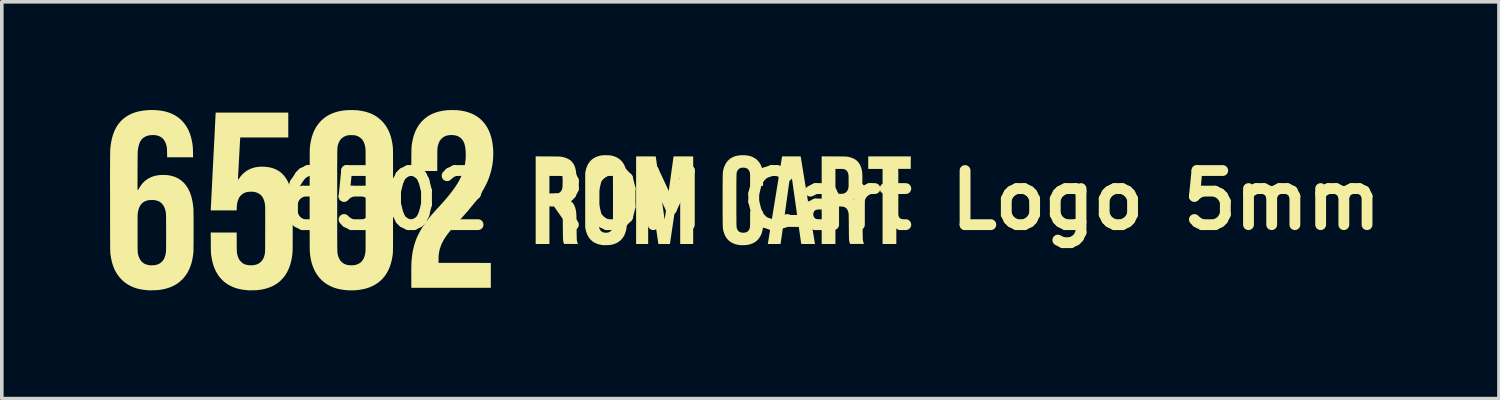
<source format=kicad_pcb>
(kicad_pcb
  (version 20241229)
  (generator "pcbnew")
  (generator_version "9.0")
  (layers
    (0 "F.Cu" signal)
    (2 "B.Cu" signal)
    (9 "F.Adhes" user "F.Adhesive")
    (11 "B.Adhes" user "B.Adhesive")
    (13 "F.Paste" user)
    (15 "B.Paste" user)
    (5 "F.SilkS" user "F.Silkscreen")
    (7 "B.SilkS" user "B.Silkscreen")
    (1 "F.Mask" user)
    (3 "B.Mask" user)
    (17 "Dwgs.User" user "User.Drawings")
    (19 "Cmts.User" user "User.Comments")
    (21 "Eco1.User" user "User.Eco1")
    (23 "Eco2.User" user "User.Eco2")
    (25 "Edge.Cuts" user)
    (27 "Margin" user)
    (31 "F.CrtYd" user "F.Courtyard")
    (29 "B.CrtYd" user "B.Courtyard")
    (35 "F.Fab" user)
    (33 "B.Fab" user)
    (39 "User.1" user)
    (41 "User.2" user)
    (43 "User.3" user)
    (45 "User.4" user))
  (footprint "6502 ROM Cart Logo 5mm"
    (layer "F.Cu")
    (at 19.987 2.499)
    (property "Reference" "6502 ROM Cart Logo 5mm" (at 0 0 0) (layer "F.SilkS") (effects (font (size 1.5 1.5) (thickness 0.3))))
    (attr board_only exclude_from_pos_files exclude_from_bom)
    (fp_poly (pts (xy 2.209 -1.042) (xy 2.208 -0.869) (xy 2.008 -0.868) (xy 1.809 -0.867) (xy 1.809 0.173) (xy 1.809 1.214) (xy 1.618 1.214) (xy 1.428 1.214) (xy 1.428 0.173) (xy 1.428 -0.867) (xy 1.229 -0.867) (xy 1.03 -0.867) (xy 1.03 -1.041) (xy 1.03 -1.214) (xy 1.62 -1.214) (xy 2.211 -1.214)) (stroke (width 0) (type solid)) (fill yes) (layer "F.SilkS"))
    (fp_poly (pts (xy -5.08 -1.214) (xy -5.032 -1.214) (xy -4.989 -1.214) (xy -4.951 -1.213) (xy -4.919 -1.213) (xy -4.893 -1.212) (xy -4.874 -1.212) (xy -4.863 -1.211) (xy -4.859 -1.21) (xy -4.858 -1.205) (xy -4.856 -1.193) (xy -4.854 -1.172) (xy -4.85 -1.145) (xy -4.845 -1.112) (xy -4.84 -1.072) (xy -4.834 -1.027) (xy -4.827 -0.977) (xy -4.819 -0.922) (xy -4.811 -0.864) (xy -4.802 -0.802) (xy -4.793 -0.736) (xy -4.784 -0.669) (xy -4.774 -0.599) (xy -4.764 -0.527) (xy -4.754 -0.454) (xy -4.743 -0.38) (xy -4.733 -0.307) (xy -4.723 -0.233) (xy -4.712 -0.16) (xy -4.702 -0.088) (xy -4.693 -0.018) (xy -4.683 0.05) (xy -4.674 0.115) (xy -4.665 0.177) (xy -4.657 0.236) (xy -4.649 0.29) (xy -4.642 0.34) (xy -4.635 0.385) (xy -4.63 0.425) (xy -4.625 0.459) (xy -4.621 0.486) (xy -4.618 0.506) (xy -4.616 0.519) (xy -4.615 0.524) (xy -4.615 0.524) (xy -4.611 0.524) (xy -4.611 0.524) (xy -4.61 0.519) (xy -4.608 0.507) (xy -4.605 0.487) (xy -4.601 0.46) (xy -4.596 0.426) (xy -4.591 0.385) (xy -4.584 0.339) (xy -4.576 0.287) (xy -4.568 0.23) (xy -4.56 0.167) (xy -4.55 0.101) (xy -4.54 0.03) (xy -4.53 -0.044) (xy -4.519 -0.122) (xy -4.507 -0.203) (xy -4.496 -0.286) (xy -4.487 -0.347) (xy -4.366 -1.214) (xy -4.094 -1.214) (xy -3.822 -1.214) (xy -3.822 0) (xy -3.822 1.214) (xy -4.002 1.214) (xy -4.182 1.214) (xy -4.182 0.294) (xy -4.182 0.198) (xy -4.182 0.106) (xy -4.182 0.017) (xy -4.182 -0.067) (xy -4.182 -0.146) (xy -4.182 -0.22) (xy -4.183 -0.29) (xy -4.183 -0.353) (xy -4.183 -0.411) (xy -4.183 -0.462) (xy -4.184 -0.508) (xy -4.184 -0.546) (xy -4.184 -0.577) (xy -4.185 -0.601) (xy -4.185 -0.617) (xy -4.185 -0.625) (xy -4.186 -0.626) (xy -4.186 -0.626) (xy -4.187 -0.627) (xy -4.187 -0.627) (xy -4.187 -0.627) (xy -4.188 -0.626) (xy -4.189 -0.623) (xy -4.19 -0.62) (xy -4.191 -0.614) (xy -4.192 -0.607) (xy -4.194 -0.597) (xy -4.196 -0.585) (xy -4.198 -0.569) (xy -4.201 -0.55) (xy -4.205 -0.528) (xy -4.209 -0.501) (xy -4.214 -0.47) (xy -4.219 -0.435) (xy -4.225 -0.394) (xy -4.232 -0.348) (xy -4.24 -0.297) (xy -4.249 -0.24) (xy -4.258 -0.177) (xy -4.269 -0.107) (xy -4.28 -0.03) (xy -4.293 0.054) (xy -4.307 0.146) (xy -4.322 0.245) (xy -4.333 0.318) (xy -4.467 1.214) (xy -4.627 1.214) (xy -4.786 1.214) (xy -4.789 1.198) (xy -4.79 1.192) (xy -4.792 1.179) (xy -4.795 1.157) (xy -4.799 1.129) (xy -4.804 1.095) (xy -4.81 1.054) (xy -4.817 1.009) (xy -4.825 0.958) (xy -4.833 0.903) (xy -4.842 0.843) (xy -4.852 0.781) (xy -4.862 0.715) (xy -4.872 0.647) (xy -4.882 0.577) (xy -4.893 0.505) (xy -4.904 0.432) (xy -4.915 0.359) (xy -4.926 0.286) (xy -4.937 0.213) (xy -4.948 0.141) (xy -4.959 0.07) (xy -4.969 0.002) (xy -4.979 -0.065) (xy -4.989 -0.128) (xy -4.998 -0.188) (xy -5.006 -0.244) (xy -5.014 -0.296) (xy -5.021 -0.343) (xy -5.027 -0.385) (xy -5.033 -0.42) (xy -5.037 -0.45) (xy -5.039 -0.466) (xy -5.045 -0.502) (xy -5.05 -0.535) (xy -5.055 -0.564) (xy -5.059 -0.589) (xy -5.063 -0.608) (xy -5.065 -0.621) (xy -5.067 -0.626) (xy -5.067 -0.626) (xy -5.067 -0.622) (xy -5.067 -0.61) (xy -5.068 -0.59) (xy -5.068 -0.563) (xy -5.068 -0.528) (xy -5.069 -0.488) (xy -5.069 -0.441) (xy -5.069 -0.388) (xy -5.069 -0.33) (xy -5.07 -0.267) (xy -5.07 -0.199) (xy -5.07 -0.128) (xy -5.07 -0.052) (xy -5.07 0.027) (xy -5.07 0.11) (xy -5.07 0.195) (xy -5.07 0.282) (xy -5.07 0.294) (xy -5.07 1.214) (xy -5.237 1.214) (xy -5.404 1.214) (xy -5.404 0) (xy -5.404 -1.214) (xy -5.132 -1.214)) (stroke (width 0) (type solid)) (fill yes) (layer "F.SilkS"))
    (fp_poly (pts (xy -0.646 -0.01) (xy -0.629 0.09) (xy -0.614 0.188) (xy -0.598 0.283) (xy -0.583 0.376) (xy -0.568 0.465) (xy -0.554 0.551) (xy -0.541 0.633) (xy -0.528 0.711) (xy -0.516 0.785) (xy -0.505 0.853) (xy -0.495 0.917) (xy -0.485 0.975) (xy -0.477 1.028) (xy -0.469 1.074) (xy -0.463 1.114) (xy -0.457 1.147) (xy -0.453 1.173) (xy -0.45 1.191) (xy -0.448 1.202) (xy -0.448 1.205) (xy -0.445 1.214) (xy -0.636 1.214) (xy -0.676 1.214) (xy -0.712 1.214) (xy -0.745 1.214) (xy -0.774 1.214) (xy -0.797 1.213) (xy -0.814 1.213) (xy -0.824 1.213) (xy -0.827 1.212) (xy -0.828 1.208) (xy -0.829 1.196) (xy -0.832 1.177) (xy -0.836 1.152) (xy -0.84 1.122) (xy -0.845 1.087) (xy -0.851 1.048) (xy -0.857 1.006) (xy -0.861 0.977) (xy -0.867 0.934) (xy -0.873 0.893) (xy -0.879 0.855) (xy -0.883 0.822) (xy -0.887 0.793) (xy -0.891 0.77) (xy -0.893 0.754) (xy -0.894 0.744) (xy -0.895 0.742) (xy -0.899 0.742) (xy -0.911 0.741) (xy -0.929 0.741) (xy -0.954 0.741) (xy -0.984 0.741) (xy -1.019 0.741) (xy -1.057 0.74) (xy -1.098 0.74) (xy -1.112 0.74) (xy -1.161 0.74) (xy -1.202 0.74) (xy -1.235 0.741) (xy -1.263 0.741) (xy -1.284 0.741) (xy -1.301 0.742) (xy -1.313 0.742) (xy -1.321 0.743) (xy -1.327 0.744) (xy -1.33 0.745) (xy -1.332 0.747) (xy -1.332 0.748) (xy -1.333 0.753) (xy -1.335 0.766) (xy -1.338 0.786) (xy -1.342 0.812) (xy -1.346 0.843) (xy -1.352 0.879) (xy -1.357 0.918) (xy -1.363 0.96) (xy -1.367 0.985) (xy -1.4 1.214) (xy -1.577 1.214) (xy -1.754 1.214) (xy -1.752 1.205) (xy -1.751 1.2) (xy -1.749 1.187) (xy -1.745 1.167) (xy -1.741 1.14) (xy -1.735 1.106) (xy -1.729 1.065) (xy -1.721 1.019) (xy -1.713 0.967) (xy -1.703 0.91) (xy -1.693 0.849) (xy -1.683 0.783) (xy -1.671 0.713) (xy -1.659 0.64) (xy -1.647 0.564) (xy -1.634 0.485) (xy -1.621 0.404) (xy -1.621 0.403) (xy -1.284 0.403) (xy -1.284 0.405) (xy -1.282 0.406) (xy -1.278 0.408) (xy -1.271 0.408) (xy -1.26 0.409) (xy -1.245 0.41) (xy -1.225 0.41) (xy -1.199 0.41) (xy -1.166 0.41) (xy -1.126 0.41) (xy -1.112 0.41) (xy -0.94 0.41) (xy -0.943 0.397) (xy -0.944 0.391) (xy -0.946 0.377) (xy -0.949 0.356) (xy -0.953 0.328) (xy -0.958 0.294) (xy -0.963 0.253) (xy -0.97 0.208) (xy -0.977 0.157) (xy -0.985 0.102) (xy -0.993 0.043) (xy -1.002 -0.02) (xy -1.011 -0.086) (xy -1.021 -0.154) (xy -1.028 -0.203) (xy -1.038 -0.272) (xy -1.047 -0.339) (xy -1.056 -0.404) (xy -1.065 -0.465) (xy -1.073 -0.522) (xy -1.081 -0.575) (xy -1.088 -0.623) (xy -1.094 -0.666) (xy -1.1 -0.704) (xy -1.104 -0.735) (xy -1.108 -0.76) (xy -1.111 -0.778) (xy -1.112 -0.788) (xy -1.113 -0.791) (xy -1.117 -0.79) (xy -1.117 -0.79) (xy -1.118 -0.786) (xy -1.12 -0.773) (xy -1.123 -0.754) (xy -1.127 -0.728) (xy -1.131 -0.696) (xy -1.137 -0.658) (xy -1.143 -0.616) (xy -1.15 -0.569) (xy -1.157 -0.518) (xy -1.164 -0.464) (xy -1.172 -0.408) (xy -1.18 -0.349) (xy -1.189 -0.289) (xy -1.197 -0.228) (xy -1.206 -0.167) (xy -1.214 -0.106) (xy -1.223 -0.046) (xy -1.231 0.013) (xy -1.239 0.07) (xy -1.246 0.124) (xy -1.253 0.175) (xy -1.26 0.223) (xy -1.266 0.266) (xy -1.271 0.304) (xy -1.276 0.337) (xy -1.279 0.364) (xy -1.282 0.384) (xy -1.283 0.398) (xy -1.284 0.403) (xy -1.621 0.403) (xy -1.607 0.322) (xy -1.594 0.238) (xy -1.58 0.152) (xy -1.566 0.067) (xy -1.552 -0.019) (xy -1.538 -0.105) (xy -1.524 -0.19) (xy -1.511 -0.274) (xy -1.497 -0.356) (xy -1.484 -0.437) (xy -1.471 -0.515) (xy -1.459 -0.591) (xy -1.447 -0.663) (xy -1.436 -0.732) (xy -1.425 -0.798) (xy -1.416 -0.858) (xy -1.406 -0.914) (xy -1.398 -0.965) (xy -1.391 -1.011) (xy -1.385 -1.05) (xy -1.379 -1.083) (xy -1.376 -1.103) (xy -1.358 -1.214) (xy -1.1 -1.214) (xy -0.842 -1.214)) (stroke (width 0) (type solid)) (fill yes) (layer "F.SilkS"))
    (fp_poly (pts (xy -7.851 -1.213) (xy -7.788 -1.213) (xy -7.734 -1.212) (xy -7.686 -1.212) (xy -7.645 -1.212) (xy -7.61 -1.211) (xy -7.581 -1.211) (xy -7.557 -1.21) (xy -7.536 -1.21) (xy -7.519 -1.209) (xy -7.506 -1.208) (xy -7.494 -1.207) (xy -7.485 -1.206) (xy -7.476 -1.205) (xy -7.473 -1.204) (xy -7.405 -1.189) (xy -7.344 -1.169) (xy -7.29 -1.145) (xy -7.243 -1.117) (xy -7.203 -1.085) (xy -7.179 -1.059) (xy -7.153 -1.025) (xy -7.13 -0.989) (xy -7.111 -0.949) (xy -7.095 -0.907) (xy -7.083 -0.86) (xy -7.073 -0.809) (xy -7.066 -0.752) (xy -7.061 -0.689) (xy -7.059 -0.62) (xy -7.06 -0.543) (xy -7.06 -0.527) (xy -7.062 -0.471) (xy -7.065 -0.423) (xy -7.069 -0.38) (xy -7.075 -0.343) (xy -7.082 -0.308) (xy -7.091 -0.276) (xy -7.102 -0.245) (xy -7.105 -0.236) (xy -7.13 -0.186) (xy -7.161 -0.141) (xy -7.197 -0.101) (xy -7.239 -0.067) (xy -7.285 -0.039) (xy -7.292 -0.036) (xy -7.304 -0.029) (xy -7.307 -0.024) (xy -7.303 -0.019) (xy -7.297 -0.016) (xy -7.248 0.006) (xy -7.207 0.032) (xy -7.172 0.064) (xy -7.142 0.1) (xy -7.118 0.143) (xy -7.098 0.192) (xy -7.089 0.22) (xy -7.084 0.239) (xy -7.079 0.256) (xy -7.075 0.274) (xy -7.072 0.291) (xy -7.069 0.31) (xy -7.066 0.331) (xy -7.064 0.353) (xy -7.062 0.379) (xy -7.061 0.408) (xy -7.059 0.441) (xy -7.058 0.479) (xy -7.057 0.523) (xy -7.056 0.573) (xy -7.056 0.629) (xy -7.055 0.693) (xy -7.054 0.747) (xy -7.054 0.81) (xy -7.053 0.866) (xy -7.053 0.915) (xy -7.052 0.957) (xy -7.051 0.992) (xy -7.051 1.022) (xy -7.05 1.047) (xy -7.049 1.067) (xy -7.049 1.084) (xy -7.048 1.097) (xy -7.047 1.108) (xy -7.046 1.116) (xy -7.044 1.123) (xy -7.044 1.124) (xy -7.036 1.156) (xy -7.025 1.189) (xy -7.018 1.207) (xy -7.018 1.209) (xy -7.019 1.21) (xy -7.022 1.211) (xy -7.028 1.212) (xy -7.037 1.213) (xy -7.051 1.213) (xy -7.069 1.213) (xy -7.093 1.214) (xy -7.123 1.214) (xy -7.16 1.213) (xy -7.205 1.213) (xy -7.209 1.213) (xy -7.403 1.212) (xy -7.411 1.187) (xy -7.414 1.175) (xy -7.418 1.164) (xy -7.42 1.154) (xy -7.423 1.144) (xy -7.425 1.133) (xy -7.427 1.121) (xy -7.428 1.106) (xy -7.429 1.09) (xy -7.43 1.07) (xy -7.431 1.046) (xy -7.432 1.018) (xy -7.433 0.985) (xy -7.433 0.946) (xy -7.434 0.901) (xy -7.434 0.849) (xy -7.435 0.79) (xy -7.435 0.751) (xy -7.436 0.686) (xy -7.436 0.629) (xy -7.437 0.579) (xy -7.437 0.536) (xy -7.438 0.5) (xy -7.439 0.468) (xy -7.439 0.442) (xy -7.44 0.421) (xy -7.441 0.403) (xy -7.442 0.389) (xy -7.443 0.377) (xy -7.444 0.367) (xy -7.445 0.359) (xy -7.445 0.359) (xy -7.455 0.316) (xy -7.467 0.281) (xy -7.482 0.252) (xy -7.501 0.229) (xy -7.525 0.21) (xy -7.554 0.195) (xy -7.579 0.185) (xy -7.589 0.182) (xy -7.599 0.18) (xy -7.611 0.178) (xy -7.625 0.177) (xy -7.644 0.176) (xy -7.669 0.175) (xy -7.7 0.175) (xy -7.707 0.174) (xy -7.807 0.173) (xy -7.807 0.693) (xy -7.807 1.214) (xy -7.998 1.214) (xy -8.188 1.214) (xy -8.188 -0.000211) (xy -8.188 -0.52) (xy -7.807 -0.52) (xy -7.807 -0.172) (xy -7.707 -0.175) (xy -7.672 -0.175) (xy -7.645 -0.176) (xy -7.624 -0.178) (xy -7.607 -0.179) (xy -7.595 -0.181) (xy -7.585 -0.183) (xy -7.583 -0.184) (xy -7.545 -0.199) (xy -7.514 -0.22) (xy -7.488 -0.246) (xy -7.468 -0.278) (xy -7.454 -0.316) (xy -7.449 -0.334) (xy -7.447 -0.349) (xy -7.445 -0.371) (xy -7.443 -0.399) (xy -7.442 -0.431) (xy -7.442 -0.466) (xy -7.441 -0.504) (xy -7.441 -0.543) (xy -7.442 -0.58) (xy -7.442 -0.616) (xy -7.443 -0.649) (xy -7.445 -0.678) (xy -7.447 -0.7) (xy -7.449 -0.716) (xy -7.449 -0.717) (xy -7.461 -0.757) (xy -7.477 -0.791) (xy -7.497 -0.819) (xy -7.521 -0.84) (xy -7.532 -0.846) (xy -7.545 -0.852) (xy -7.559 -0.857) (xy -7.574 -0.861) (xy -7.591 -0.864) (xy -7.612 -0.865) (xy -7.637 -0.867) (xy -7.669 -0.867) (xy -7.703 -0.867) (xy -7.807 -0.867) (xy -7.807 -0.52) (xy -8.188 -0.52) (xy -8.188 -1.215)) (stroke (width 0) (type solid)) (fill yes) (layer "F.SilkS"))
    (fp_poly (pts (xy 0.077 -1.213) (xy 0.141 -1.213) (xy 0.197 -1.213) (xy 0.246 -1.212) (xy 0.288 -1.212) (xy 0.325 -1.211) (xy 0.356 -1.211) (xy 0.383 -1.21) (xy 0.406 -1.209) (xy 0.426 -1.207) (xy 0.443 -1.206) (xy 0.458 -1.204) (xy 0.472 -1.202) (xy 0.486 -1.199) (xy 0.499 -1.196) (xy 0.513 -1.192) (xy 0.528 -1.189) (xy 0.588 -1.169) (xy 0.641 -1.145) (xy 0.688 -1.116) (xy 0.729 -1.082) (xy 0.764 -1.041) (xy 0.794 -0.995) (xy 0.804 -0.977) (xy 0.819 -0.944) (xy 0.832 -0.91) (xy 0.843 -0.875) (xy 0.852 -0.838) (xy 0.859 -0.797) (xy 0.864 -0.752) (xy 0.867 -0.702) (xy 0.868 -0.647) (xy 0.869 -0.584) (xy 0.868 -0.542) (xy 0.867 -0.5) (xy 0.866 -0.467) (xy 0.865 -0.439) (xy 0.864 -0.415) (xy 0.862 -0.396) (xy 0.86 -0.378) (xy 0.858 -0.362) (xy 0.857 -0.36) (xy 0.843 -0.295) (xy 0.824 -0.238) (xy 0.799 -0.186) (xy 0.77 -0.141) (xy 0.735 -0.103) (xy 0.694 -0.069) (xy 0.65 -0.043) (xy 0.636 -0.036) (xy 0.626 -0.029) (xy 0.621 -0.025) (xy 0.621 -0.024) (xy 0.625 -0.021) (xy 0.635 -0.016) (xy 0.649 -0.009) (xy 0.656 -0.006) (xy 0.697 0.015) (xy 0.733 0.04) (xy 0.764 0.071) (xy 0.791 0.107) (xy 0.814 0.148) (xy 0.832 0.196) (xy 0.848 0.251) (xy 0.86 0.313) (xy 0.864 0.341) (xy 0.865 0.352) (xy 0.866 0.365) (xy 0.867 0.381) (xy 0.868 0.401) (xy 0.869 0.425) (xy 0.87 0.453) (xy 0.87 0.486) (xy 0.871 0.525) (xy 0.872 0.57) (xy 0.872 0.622) (xy 0.873 0.681) (xy 0.874 0.738) (xy 0.874 0.799) (xy 0.875 0.856) (xy 0.876 0.909) (xy 0.877 0.956) (xy 0.877 0.998) (xy 0.878 1.034) (xy 0.879 1.064) (xy 0.88 1.086) (xy 0.881 1.101) (xy 0.882 1.108) (xy 0.887 1.134) (xy 0.895 1.161) (xy 0.903 1.186) (xy 0.906 1.194) (xy 0.909 1.205) (xy 0.912 1.211) (xy 0.912 1.212) (xy 0.908 1.213) (xy 0.896 1.213) (xy 0.877 1.213) (xy 0.853 1.213) (xy 0.823 1.213) (xy 0.79 1.213) (xy 0.752 1.213) (xy 0.719 1.213) (xy 0.526 1.212) (xy 0.52 1.193) (xy 0.516 1.18) (xy 0.511 1.162) (xy 0.506 1.142) (xy 0.505 1.136) (xy 0.503 1.129) (xy 0.502 1.122) (xy 0.501 1.114) (xy 0.5 1.105) (xy 0.499 1.093) (xy 0.498 1.08) (xy 0.497 1.063) (xy 0.497 1.043) (xy 0.496 1.018) (xy 0.495 0.989) (xy 0.495 0.954) (xy 0.494 0.913) (xy 0.494 0.866) (xy 0.493 0.811) (xy 0.493 0.749) (xy 0.493 0.74) (xy 0.492 0.677) (xy 0.492 0.621) (xy 0.491 0.573) (xy 0.491 0.531) (xy 0.49 0.496) (xy 0.49 0.465) (xy 0.489 0.44) (xy 0.489 0.419) (xy 0.488 0.402) (xy 0.487 0.388) (xy 0.486 0.377) (xy 0.485 0.367) (xy 0.484 0.359) (xy 0.483 0.351) (xy 0.481 0.344) (xy 0.481 0.343) (xy 0.468 0.299) (xy 0.452 0.263) (xy 0.431 0.233) (xy 0.405 0.211) (xy 0.385 0.199) (xy 0.37 0.192) (xy 0.356 0.187) (xy 0.342 0.183) (xy 0.325 0.18) (xy 0.306 0.178) (xy 0.281 0.176) (xy 0.25 0.175) (xy 0.221 0.175) (xy 0.121 0.173) (xy 0.121 0.693) (xy 0.121 1.214) (xy -0.07 1.214) (xy -0.26 1.214) (xy -0.26 -0.000211) (xy -0.26 -0.52) (xy 0.121 -0.52) (xy 0.121 -0.172) (xy 0.221 -0.175) (xy 0.26 -0.176) (xy 0.292 -0.177) (xy 0.316 -0.179) (xy 0.333 -0.181) (xy 0.343 -0.183) (xy 0.381 -0.197) (xy 0.412 -0.216) (xy 0.437 -0.241) (xy 0.457 -0.271) (xy 0.466 -0.292) (xy 0.471 -0.305) (xy 0.475 -0.318) (xy 0.479 -0.331) (xy 0.481 -0.345) (xy 0.483 -0.362) (xy 0.485 -0.381) (xy 0.486 -0.405) (xy 0.486 -0.435) (xy 0.486 -0.47) (xy 0.486 -0.513) (xy 0.487 -0.525) (xy 0.486 -0.567) (xy 0.486 -0.602) (xy 0.486 -0.63) (xy 0.485 -0.653) (xy 0.485 -0.671) (xy 0.484 -0.686) (xy 0.482 -0.699) (xy 0.481 -0.71) (xy 0.479 -0.719) (xy 0.468 -0.759) (xy 0.453 -0.791) (xy 0.434 -0.817) (xy 0.41 -0.837) (xy 0.4 -0.844) (xy 0.387 -0.85) (xy 0.374 -0.856) (xy 0.361 -0.86) (xy 0.346 -0.863) (xy 0.328 -0.865) (xy 0.305 -0.866) (xy 0.277 -0.867) (xy 0.243 -0.867) (xy 0.227 -0.867) (xy 0.121 -0.867) (xy 0.121 -0.52) (xy -0.26 -0.52) (xy -0.26 -1.215)) (stroke (width 0) (type solid)) (fill yes) (layer "F.SilkS"))
    (fp_poly (pts (xy -10.458 -2.497) (xy -10.42 -2.497) (xy -10.386 -2.496) (xy -10.357 -2.494) (xy -10.337 -2.493) (xy -10.237 -2.479) (xy -10.143 -2.46) (xy -10.056 -2.435) (xy -9.973 -2.405) (xy -9.897 -2.369) (xy -9.825 -2.327) (xy -9.758 -2.279) (xy -9.747 -2.271) (xy -9.719 -2.247) (xy -9.689 -2.218) (xy -9.658 -2.186) (xy -9.629 -2.153) (xy -9.602 -2.122) (xy -9.588 -2.103) (xy -9.539 -2.029) (xy -9.497 -1.95) (xy -9.46 -1.866) (xy -9.429 -1.776) (xy -9.404 -1.681) (xy -9.385 -1.58) (xy -9.372 -1.472) (xy -9.369 -1.437) (xy -9.366 -1.402) (xy -9.365 -1.361) (xy -9.364 -1.316) (xy -9.364 -1.27) (xy -9.365 -1.223) (xy -9.367 -1.18) (xy -9.369 -1.141) (xy -9.371 -1.115) (xy -9.383 -1.011) (xy -9.401 -0.91) (xy -9.424 -0.81) (xy -9.452 -0.711) (xy -9.486 -0.612) (xy -9.526 -0.514) (xy -9.572 -0.416) (xy -9.625 -0.317) (xy -9.684 -0.216) (xy -9.75 -0.114) (xy -9.823 -0.01) (xy -9.903 0.096) (xy -9.991 0.205) (xy -10.02 0.241) (xy -10.053 0.28) (xy -10.085 0.318) (xy -10.118 0.355) (xy -10.152 0.394) (xy -10.188 0.434) (xy -10.228 0.478) (xy -10.272 0.525) (xy -10.295 0.55) (xy -10.366 0.628) (xy -10.431 0.7) (xy -10.49 0.768) (xy -10.543 0.832) (xy -10.592 0.892) (xy -10.635 0.948) (xy -10.674 1.002) (xy -10.708 1.054) (xy -10.739 1.104) (xy -10.765 1.153) (xy -10.789 1.2) (xy -10.809 1.247) (xy -10.826 1.295) (xy -10.842 1.342) (xy -10.851 1.377) (xy -10.862 1.423) (xy -10.869 1.468) (xy -10.875 1.515) (xy -10.879 1.565) (xy -10.88 1.622) (xy -10.88 1.637) (xy -10.881 1.737) (xy -10.156 1.738) (xy -9.432 1.739) (xy -9.432 2.084) (xy -9.432 2.428) (xy -10.534 2.428) (xy -11.636 2.428) (xy -11.636 2.105) (xy -11.636 2.052) (xy -11.636 1.999) (xy -11.636 1.948) (xy -11.635 1.901) (xy -11.635 1.856) (xy -11.634 1.816) (xy -11.634 1.781) (xy -11.633 1.752) (xy -11.632 1.73) (xy -11.632 1.717) (xy -11.621 1.594) (xy -11.606 1.478) (xy -11.585 1.367) (xy -11.559 1.261) (xy -11.527 1.158) (xy -11.49 1.058) (xy -11.445 0.959) (xy -11.394 0.861) (xy -11.336 0.764) (xy -11.271 0.665) (xy -11.215 0.588) (xy -11.182 0.544) (xy -11.148 0.501) (xy -11.113 0.457) (xy -11.076 0.413) (xy -11.037 0.367) (xy -10.993 0.318) (xy -10.946 0.265) (xy -10.893 0.208) (xy -10.881 0.195) (xy -10.797 0.103) (xy -10.719 0.015) (xy -10.648 -0.068) (xy -10.583 -0.147) (xy -10.523 -0.223) (xy -10.469 -0.295) (xy -10.419 -0.365) (xy -10.375 -0.433) (xy -10.335 -0.499) (xy -10.299 -0.564) (xy -10.267 -0.628) (xy -10.239 -0.691) (xy -10.214 -0.754) (xy -10.196 -0.806) (xy -10.171 -0.892) (xy -10.151 -0.976) (xy -10.138 -1.059) (xy -10.13 -1.144) (xy -10.126 -1.233) (xy -10.127 -1.292) (xy -10.13 -1.364) (xy -10.136 -1.429) (xy -10.144 -1.486) (xy -10.156 -1.537) (xy -10.17 -1.583) (xy -10.188 -1.623) (xy -10.209 -1.659) (xy -10.233 -1.69) (xy -10.24 -1.698) (xy -10.277 -1.732) (xy -10.317 -1.759) (xy -10.363 -1.78) (xy -10.413 -1.795) (xy -10.469 -1.803) (xy -10.494 -1.805) (xy -10.555 -1.805) (xy -10.612 -1.799) (xy -10.665 -1.786) (xy -10.713 -1.767) (xy -10.756 -1.742) (xy -10.775 -1.727) (xy -10.809 -1.695) (xy -10.837 -1.659) (xy -10.862 -1.616) (xy -10.882 -1.567) (xy -10.898 -1.512) (xy -10.905 -1.48) (xy -10.907 -1.471) (xy -10.908 -1.462) (xy -10.909 -1.453) (xy -10.911 -1.443) (xy -10.911 -1.43) (xy -10.912 -1.415) (xy -10.913 -1.397) (xy -10.913 -1.375) (xy -10.914 -1.348) (xy -10.914 -1.316) (xy -10.915 -1.278) (xy -10.915 -1.233) (xy -10.915 -1.182) (xy -10.916 -1.122) (xy -10.916 -1.122) (xy -10.917 -0.808) (xy -11.277 -0.808) (xy -11.637 -0.808) (xy -11.635 -1.128) (xy -11.635 -1.192) (xy -11.634 -1.247) (xy -11.634 -1.296) (xy -11.633 -1.338) (xy -11.633 -1.375) (xy -11.632 -1.408) (xy -11.631 -1.436) (xy -11.63 -1.461) (xy -11.628 -1.483) (xy -11.626 -1.504) (xy -11.624 -1.524) (xy -11.621 -1.544) (xy -11.618 -1.564) (xy -11.615 -1.585) (xy -11.611 -1.609) (xy -11.61 -1.612) (xy -11.589 -1.711) (xy -11.562 -1.806) (xy -11.529 -1.894) (xy -11.49 -1.978) (xy -11.444 -2.056) (xy -11.393 -2.127) (xy -11.336 -2.193) (xy -11.273 -2.253) (xy -11.205 -2.307) (xy -11.179 -2.325) (xy -11.108 -2.367) (xy -11.031 -2.403) (xy -10.949 -2.434) (xy -10.86 -2.459) (xy -10.766 -2.478) (xy -10.665 -2.492) (xy -10.663 -2.493) (xy -10.64 -2.494) (xy -10.61 -2.496) (xy -10.575 -2.497) (xy -10.537 -2.497) (xy -10.498 -2.498)) (stroke (width 0) (type solid)) (fill yes) (layer "F.SilkS"))
    (fp_poly (pts (xy -2.402 -1.247) (xy -2.341 -1.242) (xy -2.285 -1.233) (xy -2.233 -1.22) (xy -2.184 -1.201) (xy -2.158 -1.189) (xy -2.104 -1.158) (xy -2.056 -1.121) (xy -2.014 -1.077) (xy -1.977 -1.028) (xy -1.946 -0.972) (xy -1.922 -0.911) (xy -1.903 -0.844) (xy -1.891 -0.776) (xy -1.889 -0.759) (xy -1.888 -0.738) (xy -1.887 -0.714) (xy -1.886 -0.684) (xy -1.885 -0.649) (xy -1.885 -0.607) (xy -1.885 -0.562) (xy -1.885 -0.398) (xy -2.064 -0.398) (xy -2.244 -0.398) (xy -2.244 -0.562) (xy -2.244 -0.608) (xy -2.245 -0.648) (xy -2.245 -0.682) (xy -2.246 -0.711) (xy -2.247 -0.732) (xy -2.248 -0.746) (xy -2.249 -0.75) (xy -2.26 -0.791) (xy -2.277 -0.826) (xy -2.298 -0.854) (xy -2.325 -0.876) (xy -2.357 -0.891) (xy -2.394 -0.899) (xy -2.432 -0.902) (xy -2.471 -0.9) (xy -2.504 -0.893) (xy -2.532 -0.882) (xy -2.556 -0.865) (xy -2.573 -0.848) (xy -2.589 -0.828) (xy -2.602 -0.806) (xy -2.604 -0.801) (xy -2.607 -0.794) (xy -2.609 -0.787) (xy -2.611 -0.781) (xy -2.613 -0.774) (xy -2.615 -0.767) (xy -2.616 -0.758) (xy -2.618 -0.748) (xy -2.619 -0.736) (xy -2.62 -0.721) (xy -2.621 -0.704) (xy -2.622 -0.683) (xy -2.622 -0.659) (xy -2.623 -0.631) (xy -2.623 -0.599) (xy -2.624 -0.562) (xy -2.624 -0.52) (xy -2.624 -0.472) (xy -2.625 -0.419) (xy -2.625 -0.359) (xy -2.625 -0.293) (xy -2.625 -0.22) (xy -2.625 -0.139) (xy -2.625 -0.05) (xy -2.625 0.002) (xy -2.625 0.096) (xy -2.625 0.181) (xy -2.625 0.259) (xy -2.625 0.33) (xy -2.625 0.393) (xy -2.624 0.45) (xy -2.624 0.501) (xy -2.624 0.546) (xy -2.624 0.586) (xy -2.623 0.621) (xy -2.623 0.652) (xy -2.622 0.678) (xy -2.621 0.7) (xy -2.62 0.719) (xy -2.619 0.736) (xy -2.618 0.749) (xy -2.616 0.76) (xy -2.615 0.77) (xy -2.613 0.778) (xy -2.611 0.784) (xy -2.609 0.791) (xy -2.606 0.797) (xy -2.603 0.803) (xy -2.601 0.809) (xy -2.583 0.84) (xy -2.56 0.864) (xy -2.531 0.882) (xy -2.497 0.895) (xy -2.457 0.901) (xy -2.432 0.902) (xy -2.389 0.899) (xy -2.352 0.889) (xy -2.321 0.874) (xy -2.295 0.852) (xy -2.274 0.823) (xy -2.259 0.788) (xy -2.25 0.757) (xy -2.249 0.748) (xy -2.248 0.737) (xy -2.247 0.722) (xy -2.246 0.704) (xy -2.245 0.681) (xy -2.245 0.653) (xy -2.245 0.619) (xy -2.244 0.578) (xy -2.244 0.529) (xy -2.244 0.518) (xy -2.244 0.309) (xy -2.064 0.309) (xy -1.885 0.309) (xy -1.885 0.518) (xy -1.885 0.571) (xy -1.885 0.616) (xy -1.885 0.654) (xy -1.886 0.686) (xy -1.887 0.712) (xy -1.888 0.734) (xy -1.889 0.753) (xy -1.89 0.768) (xy -1.891 0.776) (xy -1.904 0.848) (xy -1.923 0.916) (xy -1.949 0.977) (xy -1.981 1.033) (xy -2.019 1.083) (xy -2.063 1.127) (xy -2.088 1.147) (xy -2.127 1.173) (xy -2.172 1.196) (xy -2.223 1.215) (xy -2.276 1.231) (xy -2.331 1.241) (xy -2.333 1.242) (xy -2.352 1.244) (xy -2.377 1.245) (xy -2.406 1.246) (xy -2.436 1.247) (xy -2.466 1.247) (xy -2.494 1.247) (xy -2.516 1.246) (xy -2.53 1.245) (xy -2.601 1.233) (xy -2.667 1.215) (xy -2.727 1.191) (xy -2.781 1.161) (xy -2.83 1.124) (xy -2.872 1.082) (xy -2.909 1.033) (xy -2.94 0.978) (xy -2.965 0.916) (xy -2.985 0.85) (xy -2.987 0.838) (xy -2.99 0.828) (xy -2.992 0.817) (xy -2.994 0.806) (xy -2.996 0.795) (xy -2.997 0.782) (xy -2.999 0.768) (xy -3 0.752) (xy -3.001 0.734) (xy -3.002 0.713) (xy -3.003 0.688) (xy -3.003 0.66) (xy -3.004 0.629) (xy -3.004 0.592) (xy -3.005 0.552) (xy -3.005 0.505) (xy -3.005 0.454) (xy -3.006 0.396) (xy -3.006 0.332) (xy -3.006 0.261) (xy -3.006 0.183) (xy -3.006 0.097) (xy -3.006 0.003) (xy -3.006 0) (xy -3.006 -0.094) (xy -3.006 -0.18) (xy -3.006 -0.259) (xy -3.006 -0.33) (xy -3.006 -0.394) (xy -3.005 -0.452) (xy -3.005 -0.504) (xy -3.005 -0.55) (xy -3.004 -0.591) (xy -3.004 -0.628) (xy -3.003 -0.66) (xy -3.003 -0.687) (xy -3.002 -0.712) (xy -3.001 -0.733) (xy -3 -0.752) (xy -2.999 -0.768) (xy -2.997 -0.782) (xy -2.996 -0.795) (xy -2.994 -0.806) (xy -2.992 -0.817) (xy -2.99 -0.827) (xy -2.987 -0.838) (xy -2.985 -0.849) (xy -2.985 -0.85) (xy -2.965 -0.917) (xy -2.939 -0.978) (xy -2.908 -1.033) (xy -2.871 -1.082) (xy -2.828 -1.125) (xy -2.78 -1.162) (xy -2.737 -1.186) (xy -2.697 -1.205) (xy -2.657 -1.22) (xy -2.614 -1.231) (xy -2.569 -1.239) (xy -2.519 -1.244) (xy -2.469 -1.247)) (stroke (width 0) (type solid)) (fill yes) (layer "F.SilkS"))
    (fp_poly (pts (xy -6.21 -1.246) (xy -6.171 -1.245) (xy -6.136 -1.243) (xy -6.107 -1.239) (xy -6.1 -1.238) (xy -6.032 -1.222) (xy -5.97 -1.199) (xy -5.912 -1.17) (xy -5.861 -1.135) (xy -5.815 -1.093) (xy -5.775 -1.045) (xy -5.741 -0.992) (xy -5.713 -0.932) (xy -5.691 -0.867) (xy -5.686 -0.85) (xy -5.683 -0.838) (xy -5.681 -0.827) (xy -5.678 -0.817) (xy -5.676 -0.806) (xy -5.674 -0.795) (xy -5.672 -0.783) (xy -5.671 -0.77) (xy -5.669 -0.755) (xy -5.668 -0.738) (xy -5.667 -0.719) (xy -5.666 -0.696) (xy -5.665 -0.671) (xy -5.665 -0.642) (xy -5.664 -0.608) (xy -5.664 -0.571) (xy -5.663 -0.528) (xy -5.663 -0.48) (xy -5.663 -0.426) (xy -5.663 -0.366) (xy -5.663 -0.299) (xy -5.663 -0.226) (xy -5.663 -0.145) (xy -5.663 -0.056) (xy -5.663 0) (xy -5.663 0.094) (xy -5.663 0.179) (xy -5.663 0.257) (xy -5.663 0.328) (xy -5.663 0.391) (xy -5.663 0.449) (xy -5.663 0.5) (xy -5.663 0.546) (xy -5.664 0.587) (xy -5.664 0.623) (xy -5.665 0.654) (xy -5.666 0.682) (xy -5.666 0.706) (xy -5.667 0.727) (xy -5.668 0.745) (xy -5.67 0.761) (xy -5.671 0.775) (xy -5.673 0.788) (xy -5.675 0.799) (xy -5.677 0.81) (xy -5.679 0.821) (xy -5.682 0.832) (xy -5.685 0.843) (xy -5.686 0.85) (xy -5.707 0.917) (xy -5.733 0.978) (xy -5.766 1.033) (xy -5.805 1.082) (xy -5.85 1.125) (xy -5.9 1.162) (xy -5.956 1.193) (xy -6.017 1.217) (xy -6.083 1.235) (xy -6.098 1.238) (xy -6.115 1.24) (xy -6.138 1.242) (xy -6.165 1.244) (xy -6.196 1.245) (xy -6.227 1.246) (xy -6.258 1.247) (xy -6.286 1.247) (xy -6.31 1.247) (xy -6.328 1.246) (xy -6.331 1.245) (xy -6.397 1.234) (xy -6.46 1.218) (xy -6.518 1.196) (xy -6.571 1.169) (xy -6.593 1.156) (xy -6.613 1.141) (xy -6.636 1.121) (xy -6.66 1.098) (xy -6.683 1.075) (xy -6.701 1.053) (xy -6.704 1.049) (xy -6.732 1.007) (xy -6.757 0.958) (xy -6.778 0.903) (xy -6.796 0.845) (xy -6.806 0.8) (xy -6.815 0.751) (xy -6.815 0.028) (xy -6.437 0.028) (xy -6.437 0.097) (xy -6.437 0.165) (xy -6.437 0.232) (xy -6.437 0.298) (xy -6.436 0.36) (xy -6.436 0.42) (xy -6.436 0.477) (xy -6.436 0.529) (xy -6.435 0.577) (xy -6.435 0.62) (xy -6.434 0.657) (xy -6.434 0.688) (xy -6.433 0.712) (xy -6.433 0.729) (xy -6.432 0.738) (xy -6.432 0.739) (xy -6.421 0.782) (xy -6.405 0.818) (xy -6.384 0.848) (xy -6.357 0.872) (xy -6.325 0.888) (xy -6.289 0.898) (xy -6.273 0.9) (xy -6.234 0.902) (xy -6.197 0.899) (xy -6.166 0.892) (xy -6.163 0.891) (xy -6.131 0.876) (xy -6.103 0.854) (xy -6.08 0.825) (xy -6.062 0.789) (xy -6.053 0.761) (xy -6.052 0.757) (xy -6.051 0.753) (xy -6.05 0.747) (xy -6.05 0.74) (xy -6.049 0.731) (xy -6.048 0.72) (xy -6.048 0.707) (xy -6.047 0.69) (xy -6.047 0.67) (xy -6.047 0.647) (xy -6.046 0.619) (xy -6.046 0.587) (xy -6.046 0.549) (xy -6.046 0.507) (xy -6.046 0.459) (xy -6.046 0.405) (xy -6.046 0.344) (xy -6.045 0.277) (xy -6.045 0.202) (xy -6.045 0.12) (xy -6.045 0.03) (xy -6.045 0) (xy -6.045 -0.093) (xy -6.045 -0.177) (xy -6.045 -0.254) (xy -6.045 -0.324) (xy -6.046 -0.387) (xy -6.046 -0.443) (xy -6.046 -0.493) (xy -6.046 -0.537) (xy -6.046 -0.576) (xy -6.046 -0.609) (xy -6.047 -0.639) (xy -6.047 -0.663) (xy -6.047 -0.685) (xy -6.048 -0.702) (xy -6.048 -0.717) (xy -6.049 -0.728) (xy -6.049 -0.738) (xy -6.05 -0.745) (xy -6.051 -0.751) (xy -6.052 -0.756) (xy -6.053 -0.76) (xy -6.053 -0.761) (xy -6.067 -0.801) (xy -6.086 -0.835) (xy -6.11 -0.861) (xy -6.139 -0.881) (xy -6.174 -0.894) (xy -6.213 -0.9) (xy -6.238 -0.901) (xy -6.275 -0.9) (xy -6.305 -0.895) (xy -6.332 -0.886) (xy -6.356 -0.872) (xy -6.368 -0.864) (xy -6.388 -0.844) (xy -6.405 -0.818) (xy -6.419 -0.786) (xy -6.43 -0.75) (xy -6.432 -0.739) (xy -6.433 -0.731) (xy -6.433 -0.716) (xy -6.434 -0.693) (xy -6.434 -0.663) (xy -6.435 -0.627) (xy -6.435 -0.586) (xy -6.436 -0.539) (xy -6.436 -0.487) (xy -6.436 -0.432) (xy -6.436 -0.372) (xy -6.437 -0.31) (xy -6.437 -0.245) (xy -6.437 -0.179) (xy -6.437 -0.11) (xy -6.437 -0.041) (xy -6.437 0.028) (xy -6.815 0.028) (xy -6.815 0) (xy -6.815 -0.751) (xy -6.806 -0.8) (xy -6.792 -0.861) (xy -6.773 -0.918) (xy -6.751 -0.971) (xy -6.746 -0.98) (xy -6.713 -1.035) (xy -6.675 -1.084) (xy -6.632 -1.126) (xy -6.582 -1.162) (xy -6.527 -1.192) (xy -6.466 -1.216) (xy -6.399 -1.234) (xy -6.388 -1.236) (xy -6.361 -1.241) (xy -6.328 -1.244) (xy -6.29 -1.246) (xy -6.25 -1.247)) (stroke (width 0) (type solid)) (fill yes) (layer "F.SilkS"))
    (fp_poly (pts (xy -15.046 -2.084) (xy -15.046 -1.739) (xy -15.712 -1.739) (xy -16.378 -1.739) (xy -16.38 -1.704) (xy -16.381 -1.695) (xy -16.382 -1.679) (xy -16.383 -1.655) (xy -16.385 -1.624) (xy -16.387 -1.587) (xy -16.389 -1.545) (xy -16.392 -1.497) (xy -16.395 -1.445) (xy -16.398 -1.389) (xy -16.401 -1.329) (xy -16.404 -1.267) (xy -16.408 -1.202) (xy -16.41 -1.155) (xy -16.414 -1.089) (xy -16.417 -1.025) (xy -16.42 -0.964) (xy -16.423 -0.905) (xy -16.426 -0.85) (xy -16.429 -0.8) (xy -16.432 -0.754) (xy -16.434 -0.713) (xy -16.436 -0.678) (xy -16.437 -0.649) (xy -16.439 -0.628) (xy -16.44 -0.613) (xy -16.44 -0.608) (xy -16.441 -0.592) (xy -16.441 -0.582) (xy -16.44 -0.577) (xy -16.436 -0.576) (xy -16.435 -0.575) (xy -16.428 -0.579) (xy -16.419 -0.59) (xy -16.407 -0.606) (xy -16.404 -0.61) (xy -16.357 -0.673) (xy -16.305 -0.73) (xy -16.248 -0.779) (xy -16.186 -0.822) (xy -16.119 -0.858) (xy -16.049 -0.886) (xy -15.974 -0.908) (xy -15.895 -0.922) (xy -15.812 -0.929) (xy -15.729 -0.929) (xy -15.644 -0.922) (xy -15.565 -0.91) (xy -15.491 -0.891) (xy -15.421 -0.867) (xy -15.356 -0.836) (xy -15.301 -0.803) (xy -15.243 -0.759) (xy -15.19 -0.708) (xy -15.141 -0.651) (xy -15.097 -0.586) (xy -15.057 -0.516) (xy -15.023 -0.439) (xy -14.993 -0.356) (xy -14.969 -0.267) (xy -14.95 -0.172) (xy -14.944 -0.136) (xy -14.941 -0.118) (xy -14.939 -0.101) (xy -14.937 -0.084) (xy -14.935 -0.068) (xy -14.933 -0.051) (xy -14.931 -0.034) (xy -14.93 -0.015) (xy -14.929 0.005) (xy -14.928 0.028) (xy -14.927 0.053) (xy -14.926 0.081) (xy -14.925 0.112) (xy -14.925 0.147) (xy -14.924 0.187) (xy -14.924 0.232) (xy -14.924 0.281) (xy -14.924 0.337) (xy -14.923 0.399) (xy -14.923 0.467) (xy -14.923 0.542) (xy -14.923 0.625) (xy -14.923 0.716) (xy -14.923 0.722) (xy -14.923 0.812) (xy -14.923 0.898) (xy -14.923 0.979) (xy -14.924 1.054) (xy -14.924 1.124) (xy -14.924 1.187) (xy -14.924 1.244) (xy -14.925 1.294) (xy -14.925 1.338) (xy -14.926 1.374) (xy -14.926 1.403) (xy -14.927 1.423) (xy -14.927 1.436) (xy -14.927 1.437) (xy -14.939 1.547) (xy -14.957 1.652) (xy -14.981 1.751) (xy -15.011 1.844) (xy -15.047 1.931) (xy -15.089 2.013) (xy -15.136 2.088) (xy -15.19 2.157) (xy -15.25 2.221) (xy -15.315 2.278) (xy -15.38 2.325) (xy -15.451 2.367) (xy -15.529 2.403) (xy -15.612 2.434) (xy -15.701 2.46) (xy -15.795 2.479) (xy -15.89 2.492) (xy -15.906 2.493) (xy -15.929 2.494) (xy -15.956 2.496) (xy -15.987 2.497) (xy -16.019 2.497) (xy -16.051 2.498) (xy -16.081 2.499) (xy -16.108 2.499) (xy -16.131 2.499) (xy -16.147 2.498) (xy -16.15 2.498) (xy -16.189 2.494) (xy -16.22 2.492) (xy -16.246 2.489) (xy -16.268 2.487) (xy -16.287 2.484) (xy -16.304 2.482) (xy -16.322 2.479) (xy -16.326 2.478) (xy -16.421 2.459) (xy -16.512 2.433) (xy -16.597 2.4) (xy -16.677 2.361) (xy -16.751 2.316) (xy -16.812 2.271) (xy -16.84 2.247) (xy -16.87 2.218) (xy -16.901 2.186) (xy -16.931 2.153) (xy -16.957 2.122) (xy -16.971 2.103) (xy -17.016 2.036) (xy -17.055 1.967) (xy -17.088 1.894) (xy -17.118 1.816) (xy -17.142 1.733) (xy -17.163 1.644) (xy -17.179 1.548) (xy -17.185 1.506) (xy -17.186 1.493) (xy -17.188 1.478) (xy -17.189 1.461) (xy -17.19 1.442) (xy -17.191 1.419) (xy -17.191 1.392) (xy -17.192 1.359) (xy -17.193 1.322) (xy -17.193 1.278) (xy -17.193 1.226) (xy -17.194 1.173) (xy -17.196 0.897) (xy -16.836 0.897) (xy -16.476 0.897) (xy -16.475 1.167) (xy -16.474 1.222) (xy -16.474 1.27) (xy -16.474 1.311) (xy -16.473 1.346) (xy -16.473 1.375) (xy -16.472 1.399) (xy -16.471 1.419) (xy -16.47 1.435) (xy -16.469 1.448) (xy -16.468 1.459) (xy -16.467 1.469) (xy -16.466 1.476) (xy -16.457 1.514) (xy -16.446 1.552) (xy -16.433 1.589) (xy -16.419 1.621) (xy -16.411 1.637) (xy -16.396 1.659) (xy -16.377 1.684) (xy -16.354 1.708) (xy -16.331 1.73) (xy -16.309 1.748) (xy -16.297 1.755) (xy -16.256 1.775) (xy -16.209 1.79) (xy -16.158 1.8) (xy -16.104 1.805) (xy -16.05 1.805) (xy -15.996 1.799) (xy -15.944 1.788) (xy -15.928 1.784) (xy -15.881 1.764) (xy -15.839 1.738) (xy -15.801 1.705) (xy -15.768 1.666) (xy -15.74 1.621) (xy -15.719 1.571) (xy -15.71 1.543) (xy -15.707 1.532) (xy -15.704 1.522) (xy -15.702 1.513) (xy -15.7 1.504) (xy -15.698 1.495) (xy -15.696 1.485) (xy -15.694 1.474) (xy -15.693 1.461) (xy -15.692 1.446) (xy -15.691 1.429) (xy -15.69 1.409) (xy -15.689 1.386) (xy -15.689 1.358) (xy -15.688 1.327) (xy -15.688 1.291) (xy -15.687 1.249) (xy -15.687 1.202) (xy -15.687 1.15) (xy -15.687 1.09) (xy -15.686 1.024) (xy -15.686 0.951) (xy -15.686 0.869) (xy -15.686 0.819) (xy -15.686 0.723) (xy -15.686 0.633) (xy -15.685 0.551) (xy -15.685 0.476) (xy -15.686 0.409) (xy -15.686 0.348) (xy -15.686 0.296) (xy -15.686 0.251) (xy -15.687 0.214) (xy -15.687 0.184) (xy -15.688 0.164) (xy -15.688 0.151) (xy -15.689 0.149) (xy -15.698 0.082) (xy -15.713 0.021) (xy -15.733 -0.033) (xy -15.758 -0.081) (xy -15.788 -0.122) (xy -15.824 -0.157) (xy -15.866 -0.186) (xy -15.912 -0.208) (xy -15.965 -0.224) (xy -15.977 -0.227) (xy -16.006 -0.232) (xy -16.041 -0.234) (xy -16.078 -0.235) (xy -16.117 -0.234) (xy -16.153 -0.231) (xy -16.184 -0.227) (xy -16.192 -0.225) (xy -16.245 -0.209) (xy -16.292 -0.187) (xy -16.333 -0.159) (xy -16.369 -0.124) (xy -16.4 -0.083) (xy -16.425 -0.035) (xy -16.446 0.019) (xy -16.461 0.079) (xy -16.47 0.147) (xy -16.474 0.21) (xy -16.477 0.283) (xy -16.836 0.283) (xy -17.195 0.283) (xy -17.195 0.267) (xy -17.195 0.262) (xy -17.194 0.248) (xy -17.193 0.227) (xy -17.192 0.198) (xy -17.19 0.162) (xy -17.188 0.119) (xy -17.185 0.07) (xy -17.182 0.014) (xy -17.179 -0.047) (xy -17.176 -0.114) (xy -17.172 -0.186) (xy -17.168 -0.263) (xy -17.164 -0.345) (xy -17.16 -0.43) (xy -17.155 -0.52) (xy -17.151 -0.613) (xy -17.146 -0.71) (xy -17.141 -0.809) (xy -17.135 -0.911) (xy -17.13 -1.016) (xy -17.127 -1.073) (xy -17.122 -1.178) (xy -17.117 -1.281) (xy -17.111 -1.382) (xy -17.106 -1.48) (xy -17.102 -1.575) (xy -17.097 -1.667) (xy -17.092 -1.755) (xy -17.088 -1.839) (xy -17.084 -1.918) (xy -17.08 -1.993) (xy -17.077 -2.063) (xy -17.074 -2.127) (xy -17.071 -2.186) (xy -17.068 -2.239) (xy -17.066 -2.285) (xy -17.064 -2.325) (xy -17.062 -2.357) (xy -17.061 -2.383) (xy -17.06 -2.401) (xy -17.06 -2.411) (xy -17.06 -2.412) (xy -17.06 -2.428) (xy -16.053 -2.428) (xy -15.046 -2.428)) (stroke (width 0) (type solid)) (fill yes) (layer "F.SilkS"))
    (fp_poly (pts (xy -13.27 -2.498) (xy -13.224 -2.497) (xy -13.181 -2.495) (xy -13.142 -2.493) (xy -13.112 -2.49) (xy -13.013 -2.475) (xy -12.92 -2.455) (xy -12.833 -2.43) (xy -12.752 -2.4) (xy -12.676 -2.363) (xy -12.606 -2.322) (xy -12.54 -2.274) (xy -12.478 -2.22) (xy -12.464 -2.207) (xy -12.406 -2.144) (xy -12.354 -2.078) (xy -12.308 -2.006) (xy -12.267 -1.929) (xy -12.232 -1.847) (xy -12.203 -1.76) (xy -12.179 -1.666) (xy -12.16 -1.566) (xy -12.149 -1.489) (xy -12.149 -1.483) (xy -12.148 -1.476) (xy -12.147 -1.469) (xy -12.147 -1.461) (xy -12.146 -1.451) (xy -12.146 -1.441) (xy -12.145 -1.428) (xy -12.145 -1.413) (xy -12.144 -1.396) (xy -12.144 -1.377) (xy -12.144 -1.355) (xy -12.143 -1.329) (xy -12.143 -1.3) (xy -12.143 -1.268) (xy -12.143 -1.231) (xy -12.143 -1.19) (xy -12.142 -1.145) (xy -12.142 -1.095) (xy -12.142 -1.04) (xy -12.142 -0.979) (xy -12.142 -0.913) (xy -12.142 -0.841) (xy -12.142 -0.762) (xy -12.142 -0.677) (xy -12.142 -0.586) (xy -12.142 -0.487) (xy -12.142 -0.381) (xy -12.142 -0.268) (xy -12.142 -0.146) (xy -12.142 -0.017) (xy -12.142 0) (xy -12.142 0.131) (xy -12.142 0.253) (xy -12.142 0.367) (xy -12.142 0.474) (xy -12.142 0.574) (xy -12.142 0.666) (xy -12.142 0.752) (xy -12.142 0.831) (xy -12.142 0.904) (xy -12.142 0.971) (xy -12.142 1.032) (xy -12.142 1.088) (xy -12.142 1.139) (xy -12.142 1.185) (xy -12.143 1.226) (xy -12.143 1.263) (xy -12.143 1.296) (xy -12.143 1.326) (xy -12.144 1.352) (xy -12.144 1.374) (xy -12.144 1.394) (xy -12.145 1.411) (xy -12.145 1.426) (xy -12.146 1.439) (xy -12.146 1.45) (xy -12.147 1.46) (xy -12.147 1.468) (xy -12.148 1.475) (xy -12.149 1.482) (xy -12.149 1.488) (xy -12.149 1.489) (xy -12.164 1.592) (xy -12.184 1.688) (xy -12.209 1.779) (xy -12.238 1.863) (xy -12.274 1.942) (xy -12.314 2.017) (xy -12.361 2.088) (xy -12.395 2.132) (xy -12.452 2.196) (xy -12.515 2.254) (xy -12.583 2.306) (xy -12.657 2.352) (xy -12.737 2.392) (xy -12.822 2.426) (xy -12.912 2.453) (xy -13.007 2.474) (xy -13.106 2.489) (xy -13.211 2.498) (xy -13.319 2.5) (xy -13.394 2.497) (xy -13.419 2.496) (xy -13.45 2.493) (xy -13.483 2.489) (xy -13.518 2.485) (xy -13.55 2.481) (xy -13.578 2.476) (xy -13.591 2.474) (xy -13.687 2.453) (xy -13.777 2.425) (xy -13.862 2.391) (xy -13.941 2.35) (xy -14.015 2.303) (xy -14.084 2.25) (xy -14.147 2.19) (xy -14.205 2.124) (xy -14.255 2.055) (xy -14.3 1.981) (xy -14.338 1.903) (xy -14.371 1.821) (xy -14.399 1.733) (xy -14.421 1.639) (xy -14.438 1.54) (xy -14.449 1.436) (xy -14.45 1.427) (xy -14.45 1.41) (xy -14.45 1.385) (xy -14.451 1.353) (xy -14.451 1.315) (xy -14.451 1.269) (xy -14.452 1.218) (xy -14.452 1.16) (xy -14.452 1.098) (xy -14.452 1.03) (xy -14.453 0.958) (xy -14.453 0.881) (xy -14.453 0.801) (xy -14.453 0.718) (xy -14.453 0.631) (xy -14.453 0.542) (xy -14.453 0.451) (xy -14.453 0.357) (xy -14.454 0.263) (xy -14.454 0.167) (xy -14.454 0.071) (xy -14.454 -0.026) (xy -14.454 -0.123) (xy -14.454 -0.219) (xy -14.453 -0.31) (xy -13.69 -0.31) (xy -13.69 -0.191) (xy -13.69 -0.063) (xy -13.69 0) (xy -13.69 0.131) (xy -13.69 0.254) (xy -13.69 0.37) (xy -13.69 0.477) (xy -13.69 0.578) (xy -13.69 0.671) (xy -13.69 0.757) (xy -13.69 0.837) (xy -13.69 0.91) (xy -13.69 0.978) (xy -13.689 1.04) (xy -13.689 1.096) (xy -13.689 1.148) (xy -13.689 1.194) (xy -13.689 1.236) (xy -13.688 1.274) (xy -13.688 1.307) (xy -13.687 1.337) (xy -13.687 1.363) (xy -13.686 1.387) (xy -13.686 1.407) (xy -13.685 1.424) (xy -13.684 1.439) (xy -13.683 1.452) (xy -13.682 1.464) (xy -13.681 1.473) (xy -13.68 1.482) (xy -13.679 1.489) (xy -13.678 1.496) (xy -13.676 1.502) (xy -13.675 1.508) (xy -13.673 1.514) (xy -13.672 1.521) (xy -13.671 1.524) (xy -13.653 1.58) (xy -13.63 1.631) (xy -13.601 1.675) (xy -13.567 1.713) (xy -13.527 1.745) (xy -13.483 1.77) (xy -13.434 1.789) (xy -13.43 1.79) (xy -13.389 1.798) (xy -13.344 1.803) (xy -13.296 1.805) (xy -13.248 1.803) (xy -13.203 1.798) (xy -13.182 1.794) (xy -13.148 1.784) (xy -13.112 1.769) (xy -13.077 1.751) (xy -13.047 1.731) (xy -13.04 1.726) (xy -13.005 1.691) (xy -12.975 1.649) (xy -12.949 1.601) (xy -12.929 1.546) (xy -12.915 1.485) (xy -12.905 1.418) (xy -12.905 1.41) (xy -12.904 1.394) (xy -12.904 1.37) (xy -12.904 1.339) (xy -12.904 1.301) (xy -12.903 1.257) (xy -12.903 1.206) (xy -12.903 1.15) (xy -12.903 1.088) (xy -12.902 1.022) (xy -12.902 0.951) (xy -12.902 0.875) (xy -12.902 0.796) (xy -12.902 0.714) (xy -12.902 0.628) (xy -12.901 0.54) (xy -12.901 0.45) (xy -12.901 0.357) (xy -12.901 0.264) (xy -12.901 0.169) (xy -12.901 0.073) (xy -12.901 -0.022) (xy -12.901 -0.118) (xy -12.901 -0.213) (xy -12.901 -0.308) (xy -12.901 -0.401) (xy -12.901 -0.492) (xy -12.901 -0.582) (xy -12.902 -0.669) (xy -12.902 -0.753) (xy -12.902 -0.834) (xy -12.902 -0.911) (xy -12.902 -0.985) (xy -12.902 -1.054) (xy -12.903 -1.118) (xy -12.903 -1.177) (xy -12.903 -1.231) (xy -12.903 -1.278) (xy -12.904 -1.32) (xy -12.904 -1.355) (xy -12.904 -1.382) (xy -12.905 -1.402) (xy -12.905 -1.414) (xy -12.905 -1.418) (xy -12.914 -1.482) (xy -12.928 -1.541) (xy -12.947 -1.595) (xy -12.97 -1.642) (xy -12.996 -1.68) (xy -13.028 -1.714) (xy -13.066 -1.744) (xy -13.109 -1.768) (xy -13.156 -1.787) (xy -13.184 -1.795) (xy -13.214 -1.8) (xy -13.249 -1.803) (xy -13.287 -1.804) (xy -13.325 -1.804) (xy -13.361 -1.802) (xy -13.392 -1.798) (xy -13.4 -1.797) (xy -13.454 -1.781) (xy -13.503 -1.759) (xy -13.546 -1.731) (xy -13.583 -1.697) (xy -13.615 -1.656) (xy -13.642 -1.608) (xy -13.662 -1.555) (xy -13.671 -1.524) (xy -13.673 -1.517) (xy -13.674 -1.511) (xy -13.676 -1.505) (xy -13.677 -1.499) (xy -13.678 -1.492) (xy -13.68 -1.485) (xy -13.681 -1.477) (xy -13.682 -1.468) (xy -13.683 -1.458) (xy -13.684 -1.446) (xy -13.685 -1.432) (xy -13.685 -1.415) (xy -13.686 -1.396) (xy -13.687 -1.375) (xy -13.687 -1.35) (xy -13.688 -1.322) (xy -13.688 -1.29) (xy -13.688 -1.255) (xy -13.689 -1.215) (xy -13.689 -1.17) (xy -13.689 -1.121) (xy -13.689 -1.067) (xy -13.69 -1.008) (xy -13.69 -0.943) (xy -13.69 -0.872) (xy -13.69 -0.796) (xy -13.69 -0.712) (xy -13.69 -0.623) (xy -13.69 -0.526) (xy -13.69 -0.422) (xy -13.69 -0.31) (xy -14.453 -0.31) (xy -14.453 -0.314) (xy -14.453 -0.408) (xy -14.453 -0.5) (xy -14.453 -0.591) (xy -14.453 -0.678) (xy -14.453 -0.763) (xy -14.453 -0.845) (xy -14.453 -0.923) (xy -14.452 -0.997) (xy -14.452 -1.067) (xy -14.452 -1.132) (xy -14.452 -1.192) (xy -14.451 -1.246) (xy -14.451 -1.294) (xy -14.451 -1.336) (xy -14.45 -1.372) (xy -14.45 -1.4) (xy -14.45 -1.42) (xy -14.449 -1.433) (xy -14.449 -1.436) (xy -14.437 -1.547) (xy -14.418 -1.651) (xy -14.393 -1.75) (xy -14.363 -1.843) (xy -14.326 -1.93) (xy -14.283 -2.011) (xy -14.234 -2.086) (xy -14.179 -2.156) (xy -14.118 -2.219) (xy -14.051 -2.276) (xy -14.041 -2.284) (xy -13.975 -2.33) (xy -13.906 -2.37) (xy -13.832 -2.404) (xy -13.754 -2.433) (xy -13.67 -2.457) (xy -13.58 -2.476) (xy -13.484 -2.49) (xy -13.481 -2.49) (xy -13.448 -2.493) (xy -13.408 -2.496) (xy -13.364 -2.497) (xy -13.318 -2.498)) (stroke (width 0) (type solid)) (fill yes) (layer "F.SilkS"))
    (fp_poly (pts (xy -18.686 -2.494) (xy -18.594 -2.484) (xy -18.507 -2.47) (xy -18.479 -2.464) (xy -18.389 -2.439) (xy -18.303 -2.409) (xy -18.223 -2.371) (xy -18.148 -2.328) (xy -18.079 -2.279) (xy -18.015 -2.224) (xy -18.003 -2.212) (xy -17.946 -2.149) (xy -17.895 -2.082) (xy -17.849 -2.011) (xy -17.81 -1.934) (xy -17.775 -1.851) (xy -17.746 -1.763) (xy -17.723 -1.669) (xy -17.704 -1.568) (xy -17.696 -1.51) (xy -17.693 -1.483) (xy -17.691 -1.447) (xy -17.689 -1.405) (xy -17.688 -1.356) (xy -17.687 -1.321) (xy -17.685 -1.189) (xy -18.044 -1.189) (xy -18.404 -1.189) (xy -18.406 -1.31) (xy -18.407 -1.357) (xy -18.408 -1.396) (xy -18.41 -1.428) (xy -18.412 -1.453) (xy -18.415 -1.47) (xy -18.429 -1.533) (xy -18.447 -1.588) (xy -18.471 -1.637) (xy -18.5 -1.68) (xy -18.533 -1.716) (xy -18.572 -1.747) (xy -18.617 -1.771) (xy -18.623 -1.774) (xy -18.67 -1.79) (xy -18.722 -1.801) (xy -18.776 -1.806) (xy -18.832 -1.805) (xy -18.887 -1.799) (xy -18.941 -1.788) (xy -18.99 -1.771) (xy -19.014 -1.759) (xy -19.052 -1.737) (xy -19.085 -1.711) (xy -19.114 -1.68) (xy -19.139 -1.644) (xy -19.161 -1.603) (xy -19.179 -1.555) (xy -19.195 -1.501) (xy -19.207 -1.44) (xy -19.217 -1.371) (xy -19.218 -1.369) (xy -19.219 -1.358) (xy -19.219 -1.338) (xy -19.22 -1.311) (xy -19.221 -1.275) (xy -19.221 -1.231) (xy -19.222 -1.18) (xy -19.223 -1.12) (xy -19.223 -1.053) (xy -19.224 -0.979) (xy -19.224 -0.897) (xy -19.224 -0.807) (xy -19.224 -0.805) (xy -19.225 -0.727) (xy -19.225 -0.658) (xy -19.225 -0.596) (xy -19.225 -0.541) (xy -19.225 -0.493) (xy -19.225 -0.451) (xy -19.225 -0.415) (xy -19.225 -0.385) (xy -19.225 -0.359) (xy -19.225 -0.338) (xy -19.224 -0.321) (xy -19.224 -0.308) (xy -19.223 -0.297) (xy -19.223 -0.29) (xy -19.222 -0.285) (xy -19.221 -0.282) (xy -19.22 -0.28) (xy -19.219 -0.279) (xy -19.218 -0.279) (xy -19.218 -0.279) (xy -19.213 -0.281) (xy -19.207 -0.289) (xy -19.198 -0.302) (xy -19.186 -0.322) (xy -19.184 -0.326) (xy -19.141 -0.395) (xy -19.095 -0.457) (xy -19.044 -0.511) (xy -18.988 -0.559) (xy -18.927 -0.599) (xy -18.861 -0.633) (xy -18.791 -0.66) (xy -18.715 -0.68) (xy -18.648 -0.692) (xy -18.614 -0.696) (xy -18.574 -0.698) (xy -18.531 -0.699) (xy -18.487 -0.699) (xy -18.444 -0.698) (xy -18.405 -0.695) (xy -18.377 -0.692) (xy -18.295 -0.677) (xy -18.218 -0.655) (xy -18.146 -0.627) (xy -18.08 -0.592) (xy -18.018 -0.55) (xy -17.961 -0.502) (xy -17.909 -0.446) (xy -17.862 -0.384) (xy -17.82 -0.315) (xy -17.783 -0.238) (xy -17.766 -0.2) (xy -17.742 -0.132) (xy -17.722 -0.057) (xy -17.704 0.025) (xy -17.689 0.114) (xy -17.678 0.208) (xy -17.676 0.231) (xy -17.675 0.245) (xy -17.675 0.267) (xy -17.674 0.297) (xy -17.673 0.332) (xy -17.673 0.374) (xy -17.672 0.42) (xy -17.672 0.472) (xy -17.671 0.527) (xy -17.671 0.585) (xy -17.671 0.646) (xy -17.671 0.709) (xy -17.67 0.773) (xy -17.67 0.837) (xy -17.67 0.902) (xy -17.671 0.966) (xy -17.671 1.029) (xy -17.671 1.09) (xy -17.671 1.148) (xy -17.672 1.204) (xy -17.672 1.255) (xy -17.673 1.302) (xy -17.673 1.344) (xy -17.674 1.38) (xy -17.674 1.409) (xy -17.675 1.432) (xy -17.676 1.447) (xy -17.676 1.449) (xy -17.689 1.552) (xy -17.706 1.649) (xy -17.728 1.739) (xy -17.755 1.823) (xy -17.786 1.902) (xy -17.822 1.976) (xy -17.863 2.045) (xy -17.916 2.118) (xy -17.973 2.185) (xy -18.036 2.245) (xy -18.104 2.299) (xy -18.177 2.346) (xy -18.255 2.387) (xy -18.339 2.421) (xy -18.429 2.45) (xy -18.524 2.472) (xy -18.625 2.488) (xy -18.642 2.49) (xy -18.662 2.492) (xy -18.689 2.493) (xy -18.72 2.495) (xy -18.753 2.496) (xy -18.788 2.497) (xy -18.823 2.498) (xy -18.855 2.499) (xy -18.883 2.499) (xy -18.906 2.498) (xy -18.919 2.498) (xy -18.998 2.491) (xy -19.07 2.482) (xy -19.137 2.471) (xy -19.198 2.458) (xy -19.256 2.443) (xy -19.312 2.424) (xy -19.366 2.402) (xy -19.421 2.377) (xy -19.437 2.369) (xy -19.505 2.331) (xy -19.568 2.288) (xy -19.627 2.238) (xy -19.676 2.191) (xy -19.731 2.129) (xy -19.781 2.063) (xy -19.824 1.993) (xy -19.863 1.919) (xy -19.896 1.839) (xy -19.924 1.754) (xy -19.947 1.662) (xy -19.966 1.564) (xy -19.977 1.481) (xy -19.978 1.474) (xy -19.979 1.468) (xy -19.979 1.46) (xy -19.98 1.451) (xy -19.98 1.44) (xy -19.981 1.428) (xy -19.981 1.413) (xy -19.982 1.396) (xy -19.982 1.377) (xy -19.983 1.354) (xy -19.983 1.329) (xy -19.983 1.299) (xy -19.983 1.266) (xy -19.984 1.229) (xy -19.984 1.188) (xy -19.984 1.142) (xy -19.984 1.091) (xy -19.985 1.034) (xy -19.985 0.973) (xy -19.985 0.905) (xy -19.985 0.901) (xy -19.223 0.901) (xy -19.223 0.981) (xy -19.223 1.052) (xy -19.223 1.117) (xy -19.223 1.174) (xy -19.223 1.224) (xy -19.223 1.269) (xy -19.222 1.308) (xy -19.222 1.343) (xy -19.221 1.372) (xy -19.22 1.398) (xy -19.219 1.42) (xy -19.218 1.439) (xy -19.217 1.456) (xy -19.215 1.47) (xy -19.213 1.483) (xy -19.211 1.495) (xy -19.208 1.506) (xy -19.205 1.517) (xy -19.202 1.529) (xy -19.198 1.542) (xy -19.178 1.597) (xy -19.153 1.646) (xy -19.123 1.689) (xy -19.087 1.725) (xy -19.046 1.754) (xy -19 1.777) (xy -18.948 1.792) (xy -18.921 1.798) (xy -18.905 1.801) (xy -18.891 1.803) (xy -18.883 1.804) (xy -18.883 1.804) (xy -18.873 1.805) (xy -18.857 1.806) (xy -18.837 1.805) (xy -18.813 1.804) (xy -18.789 1.803) (xy -18.766 1.801) (xy -18.745 1.8) (xy -18.729 1.797) (xy -18.724 1.797) (xy -18.67 1.781) (xy -18.623 1.761) (xy -18.581 1.734) (xy -18.544 1.701) (xy -18.513 1.662) (xy -18.486 1.617) (xy -18.465 1.565) (xy -18.449 1.506) (xy -18.44 1.456) (xy -18.439 1.448) (xy -18.438 1.44) (xy -18.437 1.43) (xy -18.436 1.419) (xy -18.435 1.406) (xy -18.435 1.391) (xy -18.434 1.372) (xy -18.434 1.35) (xy -18.433 1.325) (xy -18.433 1.294) (xy -18.433 1.259) (xy -18.433 1.219) (xy -18.433 1.172) (xy -18.432 1.119) (xy -18.432 1.059) (xy -18.432 0.992) (xy -18.432 0.917) (xy -18.432 0.905) (xy -18.432 0.827) (xy -18.432 0.756) (xy -18.432 0.693) (xy -18.433 0.636) (xy -18.433 0.586) (xy -18.433 0.542) (xy -18.433 0.504) (xy -18.434 0.47) (xy -18.435 0.441) (xy -18.435 0.416) (xy -18.436 0.394) (xy -18.437 0.375) (xy -18.439 0.359) (xy -18.44 0.345) (xy -18.442 0.331) (xy -18.444 0.319) (xy -18.447 0.308) (xy -18.449 0.296) (xy -18.452 0.283) (xy -18.453 0.279) (xy -18.471 0.222) (xy -18.493 0.172) (xy -18.522 0.127) (xy -18.555 0.089) (xy -18.558 0.087) (xy -18.593 0.057) (xy -18.631 0.034) (xy -18.673 0.016) (xy -18.719 0.004) (xy -18.77 -0.003) (xy -18.828 -0.006) (xy -18.884 -0.003) (xy -18.934 0.003) (xy -18.979 0.015) (xy -19.019 0.031) (xy -19.054 0.051) (xy -19.092 0.08) (xy -19.125 0.115) (xy -19.154 0.155) (xy -19.177 0.201) (xy -19.196 0.254) (xy -19.21 0.313) (xy -19.216 0.344) (xy -19.217 0.351) (xy -19.218 0.36) (xy -19.219 0.369) (xy -19.22 0.379) (xy -19.22 0.392) (xy -19.221 0.407) (xy -19.222 0.425) (xy -19.222 0.446) (xy -19.222 0.472) (xy -19.223 0.502) (xy -19.223 0.536) (xy -19.223 0.576) (xy -19.223 0.622) (xy -19.223 0.674) (xy -19.223 0.733) (xy -19.223 0.8) (xy -19.223 0.874) (xy -19.223 0.901) (xy -19.985 0.901) (xy -19.985 0.831) (xy -19.985 0.751) (xy -19.985 0.665) (xy -19.986 0.571) (xy -19.986 0.471) (xy -19.986 0.362) (xy -19.986 0.246) (xy -19.986 0.122) (xy -19.986 0.072) (xy -19.986 -0.059) (xy -19.986 -0.183) (xy -19.986 -0.298) (xy -19.987 -0.406) (xy -19.987 -0.506) (xy -19.987 -0.599) (xy -19.987 -0.686) (xy -19.987 -0.766) (xy -19.987 -0.84) (xy -19.986 -0.909) (xy -19.986 -0.971) (xy -19.986 -1.029) (xy -19.986 -1.081) (xy -19.986 -1.129) (xy -19.985 -1.173) (xy -19.985 -1.212) (xy -19.984 -1.248) (xy -19.984 -1.28) (xy -19.983 -1.308) (xy -19.983 -1.334) (xy -19.982 -1.357) (xy -19.981 -1.378) (xy -19.98 -1.397) (xy -19.98 -1.414) (xy -19.979 -1.43) (xy -19.978 -1.444) (xy -19.976 -1.457) (xy -19.975 -1.47) (xy -19.974 -1.483) (xy -19.972 -1.495) (xy -19.972 -1.498) (xy -19.956 -1.606) (xy -19.935 -1.708) (xy -19.908 -1.803) (xy -19.876 -1.893) (xy -19.838 -1.976) (xy -19.795 -2.053) (xy -19.746 -2.123) (xy -19.691 -2.188) (xy -19.631 -2.245) (xy -19.619 -2.256) (xy -19.55 -2.308) (xy -19.476 -2.354) (xy -19.397 -2.393) (xy -19.312 -2.427) (xy -19.222 -2.454) (xy -19.156 -2.468) (xy -19.066 -2.483) (xy -18.973 -2.494) (xy -18.877 -2.499) (xy -18.781 -2.499)) (stroke (width 0) (type solid)) (fill yes) (layer "F.SilkS")))
  (gr_rect
    (start -3 -3)
    (end 38.501 7.999)
    (stroke (width 0.1) (type default))
    (fill no)
    (layer "Edge.Cuts")))
</source>
